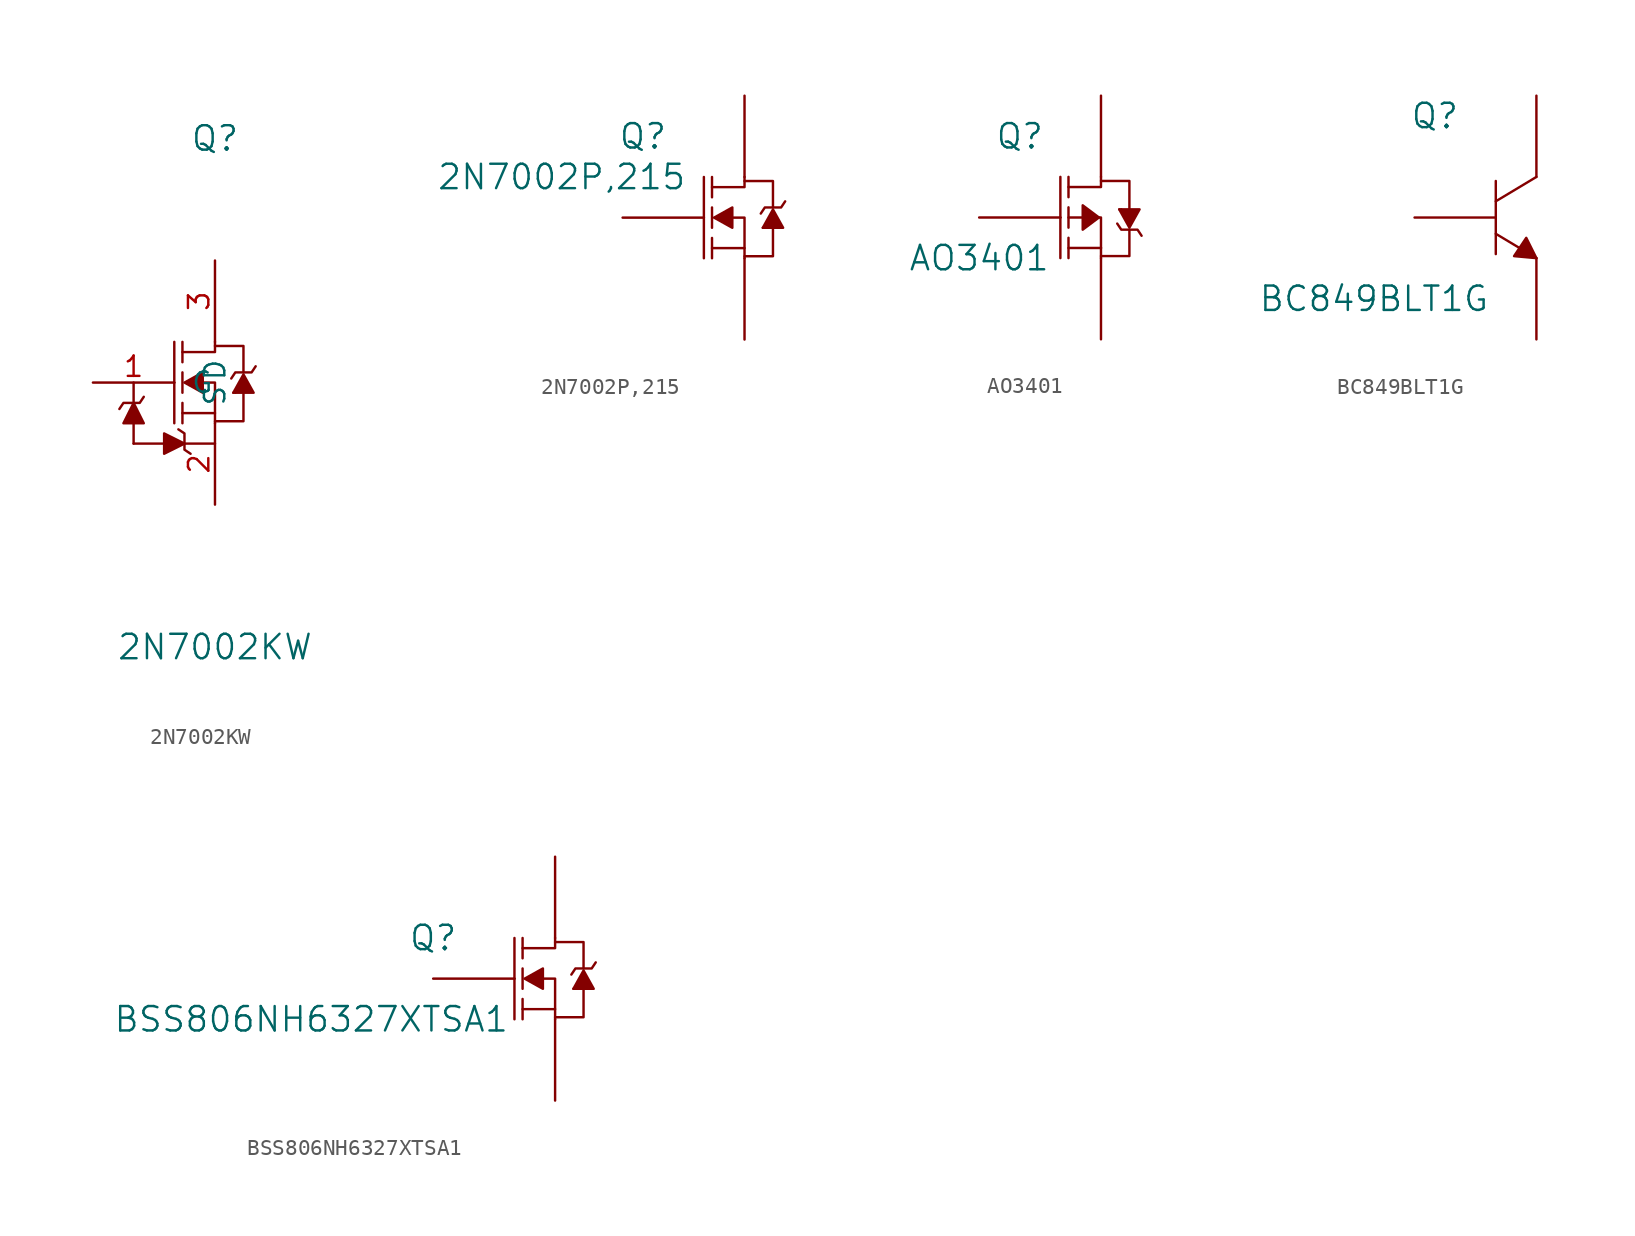
<source format=kicad_sym>
(kicad_symbol_lib
  (version 20211014)
  (generator kicad_symbol_editor)
  (symbol "2N7002KW"
    (pin_names
      (offset 1.016))
    (property "Reference" "Q"
      (at 0 10.16 0)
      (effects (font (size 1.524 1.524))))
    (property "Value" "2N7002KW"
      (at 0 -21.59 0)
      (effects (font (size 1.524 1.524))))
    (symbol "2N7002KW_0_1"
      (rectangle (start -5.08 -8.89) (end -3.175 -8.89) (stroke (width 0) (type default) (color 0 0 0 0)) (fill (type none)))
      (rectangle (start -5.08 -7.62) (end -5.08 -8.89) (stroke (width 0) (type default) (color 0 0 0 0)) (fill (type none)))
      (rectangle (start -5.08 -5.08) (end -5.08 -6.35) (stroke (width 0) (type default) (color 0 0 0 0)) (fill (type none)))
      (rectangle (start -1.905 -8.89) (end 0 -8.89) (stroke (width 0) (type default) (color 0 0 0 0)) (fill (type none)))
      (polyline (pts (xy -5.08 -6.35) (xy -5.715 -7.62) (xy -4.445 -7.62) (xy -5.08 -6.35)) (stroke (width 0) (type default) (color 0 0 0 0)) (fill (type outline))))
    (symbol "2N7002KW_1_1"
      (polyline (pts (xy -2.54 -5.08) (xy -2.54 -7.62)) (stroke (width 0) (type default) (color 0 0 0 0)) (fill (type none)))
      (polyline (pts (xy -2.54 -5.08) (xy -2.54 -2.54)) (stroke (width 0) (type default) (color 0 0 0 0)) (fill (type none)))
      (polyline (pts (xy -2.032 -6.35) (xy -2.032 -7.62)) (stroke (width 0) (type default) (color 0 0 0 0)) (fill (type none)))
      (polyline (pts (xy -2.032 -5.715) (xy -2.032 -4.445)) (stroke (width 0) (type default) (color 0 0 0 0)) (fill (type none)))
      (polyline (pts (xy -2.032 -3.81) (xy -2.032 -2.54)) (stroke (width 0) (type default) (color 0 0 0 0)) (fill (type none)))
      (polyline (pts (xy 0 -7.62) (xy 0 -6.985)) (stroke (width 0) (type default) (color 0 0 0 0)) (fill (type none)))
      (polyline (pts (xy 1.27 -5.715) (xy 1.143 -5.715)) (stroke (width 0) (type default) (color 0 0 0 0)) (fill (type none)))
      (polyline (pts (xy -2.032 -3.175) (xy 0 -3.175) (xy 0 -2.54)) (stroke (width 0) (type default) (color 0 0 0 0)) (fill (type none)))
      (polyline (pts (xy 1.778 -5.715) (xy 1.778 -7.493) (xy 0 -7.493)) (stroke (width 0) (type default) (color 0 0 0 0)) (fill (type none)))
      (polyline (pts (xy 1.778 -4.445) (xy 1.778 -2.794) (xy 0 -2.794)) (stroke (width 0) (type default) (color 0 0 0 0)) (fill (type none)))
      (polyline (pts (xy -5.969 -6.731) (xy -5.715 -6.35) (xy -4.699 -6.35) (xy -4.445 -5.969)) (stroke (width 0) (type default) (color 0 0 0 0)) (fill (type none)))
      (polyline (pts (xy -2.286 -8.001) (xy -1.905 -8.255) (xy -1.905 -9.271) (xy -1.524 -9.525)) (stroke (width 0) (type default) (color 0 0 0 0)) (fill (type none)))
      (polyline (pts (xy -2.032 -6.985) (xy 0 -6.985) (xy 0 -5.08) (xy -0.762 -5.08)) (stroke (width 0) (type default) (color 0 0 0 0)) (fill (type none)))
      (polyline (pts (xy -1.905 -8.89) (xy -3.175 -8.255) (xy -3.175 -9.525) (xy -1.905 -8.89)) (stroke (width 0) (type default) (color 0 0 0 0)) (fill (type outline)))
      (polyline (pts (xy -1.905 -5.08) (xy -0.762 -4.445) (xy -0.762 -5.715) (xy -1.905 -5.08)) (stroke (width 0) (type default) (color 0 0 0 0)) (fill (type outline)))
      (polyline (pts (xy 1.016 -4.826) (xy 1.27 -4.445) (xy 2.286 -4.445) (xy 2.54 -4.064)) (stroke (width 0) (type default) (color 0 0 0 0)) (fill (type none)))
      (polyline (pts (xy 1.143 -5.715) (xy 1.778 -4.572) (xy 2.413 -5.715) (xy 1.27 -5.715)) (stroke (width 0) (type default) (color 0 0 0 0)) (fill (type outline)))
      (pin input line (at -7.62 -5.08 0) (length 5.08) (name "G" (effects (font (size 1.27 1.27)))) (number "1" (effects (font (size 1.27 1.27)))))
      (pin input line (at 0 -12.7 90) (length 5.08) (name "S" (effects (font (size 1.27 1.27)))) (number "2" (effects (font (size 1.27 1.27)))))
      (pin input line (at 0 2.54 270) (length 5.08) (name "D" (effects (font (size 1.27 1.27)))) (number "3" (effects (font (size 1.27 1.27)))))))
  (symbol "2N7002P,215"
    (pin_numbers hide)
    (pin_names
      (offset 0) hide)
    (property "Reference" "Q"
      (at -3.81 5.08 0)
      (effects (font (size 1.524 1.524))))
    (property "Value" "2N7002P,215"
      (at -8.89 2.54 0)
      (effects (font (size 1.524 1.524))))
    (symbol "2N7002P,215_0_1"
      (polyline (pts (xy 0 0) (xy 0 -2.54)) (stroke (width 0) (type default) (color 0 0 0 0)) (fill (type none)))
      (polyline (pts (xy 0 0) (xy 0 2.54)) (stroke (width 0) (type default) (color 0 0 0 0)) (fill (type none)))
      (polyline (pts (xy 0.508 -1.27) (xy 0.508 -2.54)) (stroke (width 0) (type default) (color 0 0 0 0)) (fill (type none)))
      (polyline (pts (xy 0.508 -0.635) (xy 0.508 0.635)) (stroke (width 0) (type default) (color 0 0 0 0)) (fill (type none)))
      (polyline (pts (xy 0.508 1.27) (xy 0.508 2.54)) (stroke (width 0) (type default) (color 0 0 0 0)) (fill (type none)))
      (polyline (pts (xy 2.54 -2.54) (xy 2.54 -1.905)) (stroke (width 0) (type default) (color 0 0 0 0)) (fill (type none)))
      (polyline (pts (xy 3.81 -0.635) (xy 3.683 -0.635)) (stroke (width 0) (type default) (color 0 0 0 0)) (fill (type none)))
      (polyline (pts (xy 0.508 1.905) (xy 2.54 1.905) (xy 2.54 2.54)) (stroke (width 0) (type default) (color 0 0 0 0)) (fill (type none)))
      (polyline (pts (xy 4.318 -0.635) (xy 4.318 -2.413) (xy 2.54 -2.413)) (stroke (width 0) (type default) (color 0 0 0 0)) (fill (type none)))
      (polyline (pts (xy 4.318 0.635) (xy 4.318 2.286) (xy 2.54 2.286)) (stroke (width 0) (type default) (color 0 0 0 0)) (fill (type none)))
      (polyline (pts (xy 0.508 -1.905) (xy 2.54 -1.905) (xy 2.54 0) (xy 1.778 0)) (stroke (width 0) (type default) (color 0 0 0 0)) (fill (type none)))
      (polyline (pts (xy 0.635 0) (xy 1.778 0.635) (xy 1.778 -0.635) (xy 0.635 0)) (stroke (width 0) (type default) (color 0 0 0 0)) (fill (type outline)))
      (polyline (pts (xy 3.556 0.254) (xy 3.81 0.635) (xy 4.826 0.635) (xy 5.08 1.016)) (stroke (width 0) (type default) (color 0 0 0 0)) (fill (type none)))
      (polyline (pts (xy 3.683 -0.635) (xy 4.318 0.508) (xy 4.953 -0.635) (xy 3.81 -0.635)) (stroke (width 0) (type default) (color 0 0 0 0)) (fill (type outline))))
    (symbol "2N7002P,215_1_1"
      (pin input line (at -5.08 0 0) (length 5.08) (name "G" (effects (font (size 1.27 1.27)))) (number "1" (effects (font (size 1.27 1.27)))))
      (pin input line (at 2.54 -7.62 90) (length 5.08) (name "S" (effects (font (size 1.27 1.27)))) (number "2" (effects (font (size 1.27 1.27)))))
      (pin input line (at 2.54 7.62 270) (length 5.08) (name "D" (effects (font (size 1.27 1.27)))) (number "3" (effects (font (size 1.27 1.27)))))))
  (symbol "AO3401"
    (pin_numbers hide)
    (pin_names
      (offset 0) hide)
    (property "Reference" "Q"
      (at -2.54 5.08 0)
      (effects (font (size 1.524 1.524))))
    (property "Value" "AO3401"
      (at -5.08 -2.54 0)
      (effects (font (size 1.524 1.524))))
    (symbol "AO3401_0_1"
      (polyline (pts (xy 0 0) (xy 0 -2.54)) (stroke (width 0) (type default) (color 0 0 0 0)) (fill (type none)))
      (polyline (pts (xy 0 0) (xy 0 2.54)) (stroke (width 0) (type default) (color 0 0 0 0)) (fill (type none)))
      (polyline (pts (xy 0.508 -1.905) (xy 2.54 -1.905)) (stroke (width 0) (type default) (color 0 0 0 0)) (fill (type none)))
      (polyline (pts (xy 0.508 -1.27) (xy 0.508 -2.54)) (stroke (width 0) (type default) (color 0 0 0 0)) (fill (type none)))
      (polyline (pts (xy 0.508 -0.635) (xy 0.508 0.635)) (stroke (width 0) (type default) (color 0 0 0 0)) (fill (type none)))
      (polyline (pts (xy 0.508 0) (xy 1.397 0)) (stroke (width 0) (type default) (color 0 0 0 0)) (fill (type none)))
      (polyline (pts (xy 0.508 1.27) (xy 0.508 2.54)) (stroke (width 0) (type default) (color 0 0 0 0)) (fill (type none)))
      (polyline (pts (xy 2.54 -2.54) (xy 2.54 -1.905)) (stroke (width 0) (type default) (color 0 0 0 0)) (fill (type none)))
      (polyline (pts (xy 3.81 0.508) (xy 3.683 0.508)) (stroke (width 0) (type default) (color 0 0 0 0)) (fill (type none)))
      (polyline (pts (xy 0.508 1.905) (xy 2.54 1.905) (xy 2.54 2.54)) (stroke (width 0) (type default) (color 0 0 0 0)) (fill (type none)))
      (polyline (pts (xy 2.413 0) (xy 2.54 0) (xy 2.54 -1.905)) (stroke (width 0) (type default) (color 0 0 0 0)) (fill (type none)))
      (polyline (pts (xy 4.318 -0.762) (xy 4.318 -2.413) (xy 2.54 -2.413)) (stroke (width 0) (type default) (color 0 0 0 0)) (fill (type none)))
      (polyline (pts (xy 4.318 0.508) (xy 4.318 2.286) (xy 2.54 2.286)) (stroke (width 0) (type default) (color 0 0 0 0)) (fill (type none)))
      (polyline (pts (xy 2.413 0) (xy 1.397 0.762) (xy 1.397 -0.762) (xy 2.413 0)) (stroke (width 0) (type default) (color 0 0 0 0)) (fill (type outline)))
      (polyline (pts (xy 3.556 -0.381) (xy 3.81 -0.762) (xy 4.826 -0.762) (xy 5.08 -1.143)) (stroke (width 0) (type default) (color 0 0 0 0)) (fill (type none)))
      (polyline (pts (xy 3.683 0.508) (xy 4.318 -0.635) (xy 4.953 0.508) (xy 3.81 0.508)) (stroke (width 0) (type default) (color 0 0 0 0)) (fill (type outline))))
    (symbol "AO3401_1_1"
      (pin input line (at -5.08 0 0) (length 5.08) (name "G" (effects (font (size 1.27 1.27)))) (number "1" (effects (font (size 1.27 1.27)))))
      (pin input line (at 2.54 -7.62 90) (length 5.08) (name "S" (effects (font (size 1.27 1.27)))) (number "2" (effects (font (size 1.27 1.27)))))
      (pin input line (at 2.54 7.62 270) (length 5.08) (name "D" (effects (font (size 1.27 1.27)))) (number "3" (effects (font (size 1.27 1.27)))))))
  (symbol "BC849BLT1G"
    (pin_numbers hide)
    (pin_names
      (offset 0) hide)
    (property "Reference" "Q"
      (at -3.81 6.35 0)
      (effects (font (size 1.524 1.524))))
    (property "Value" "BC849BLT1G"
      (at -7.62 -5.08 0)
      (effects (font (size 1.524 1.524))))
    (symbol "BC849BLT1G_0_1"
      (polyline (pts (xy 0 2.286) (xy 0 -2.286)) (stroke (width 0) (type default) (color 0 0 0 0)) (fill (type none)))
      (polyline (pts (xy 2.54 -2.54) (xy 0 -1.016)) (stroke (width 0) (type default) (color 0 0 0 0)) (fill (type none)))
      (polyline (pts (xy 2.54 2.54) (xy 0 1.016)) (stroke (width 0) (type default) (color 0 0 0 0)) (fill (type none)))
      (polyline (pts (xy 2.54 -2.54) (xy 1.905 -1.27) (xy 1.143 -2.413) (xy 2.54 -2.54)) (stroke (width 0) (type default) (color 0 0 0 0)) (fill (type outline))))
    (symbol "BC849BLT1G_1_1"
      (pin input line (at -5.08 0 0) (length 5.08) (name "B" (effects (font (size 1.27 1.27)))) (number "1" (effects (font (size 1.27 1.27)))))
      (pin input line (at 2.54 -7.62 90) (length 5.08) (name "E" (effects (font (size 1.27 1.27)))) (number "2" (effects (font (size 1.27 1.27)))))
      (pin input line (at 2.54 7.62 270) (length 5.08) (name "C" (effects (font (size 1.27 1.27)))) (number "3" (effects (font (size 1.27 1.27)))))))
  (symbol "BSS806NH6327XTSA1"
    (pin_numbers hide)
    (pin_names
      (offset 0) hide)
    (property "Reference" "Q"
      (at -5.08 2.54 0)
      (effects (font (size 1.524 1.524))))
    (property "Value" "BSS806NH6327XTSA1"
      (at -12.7 -2.54 0)
      (effects (font (size 1.524 1.524))))
    (symbol "BSS806NH6327XTSA1_0_1"
      (polyline (pts (xy 0 0) (xy 0 -2.54)) (stroke (width 0) (type default) (color 0 0 0 0)) (fill (type none)))
      (polyline (pts (xy 0 0) (xy 0 2.54)) (stroke (width 0) (type default) (color 0 0 0 0)) (fill (type none)))
      (polyline (pts (xy 0.508 -1.27) (xy 0.508 -2.54)) (stroke (width 0) (type default) (color 0 0 0 0)) (fill (type none)))
      (polyline (pts (xy 0.508 -0.635) (xy 0.508 0.635)) (stroke (width 0) (type default) (color 0 0 0 0)) (fill (type none)))
      (polyline (pts (xy 0.508 1.27) (xy 0.508 2.54)) (stroke (width 0) (type default) (color 0 0 0 0)) (fill (type none)))
      (polyline (pts (xy 2.54 -2.54) (xy 2.54 -1.905)) (stroke (width 0) (type default) (color 0 0 0 0)) (fill (type none)))
      (polyline (pts (xy 3.81 -0.635) (xy 3.683 -0.635)) (stroke (width 0) (type default) (color 0 0 0 0)) (fill (type none)))
      (polyline (pts (xy 0.508 1.905) (xy 2.54 1.905) (xy 2.54 2.54)) (stroke (width 0) (type default) (color 0 0 0 0)) (fill (type none)))
      (polyline (pts (xy 4.318 -0.635) (xy 4.318 -2.413) (xy 2.54 -2.413)) (stroke (width 0) (type default) (color 0 0 0 0)) (fill (type none)))
      (polyline (pts (xy 4.318 0.635) (xy 4.318 2.286) (xy 2.54 2.286)) (stroke (width 0) (type default) (color 0 0 0 0)) (fill (type none)))
      (polyline (pts (xy 0.508 -1.905) (xy 2.54 -1.905) (xy 2.54 0) (xy 1.778 0)) (stroke (width 0) (type default) (color 0 0 0 0)) (fill (type none)))
      (polyline (pts (xy 0.635 0) (xy 1.778 0.635) (xy 1.778 -0.635) (xy 0.635 0)) (stroke (width 0) (type default) (color 0 0 0 0)) (fill (type outline)))
      (polyline (pts (xy 3.556 0.254) (xy 3.81 0.635) (xy 4.826 0.635) (xy 5.08 1.016)) (stroke (width 0) (type default) (color 0 0 0 0)) (fill (type none)))
      (polyline (pts (xy 3.683 -0.635) (xy 4.318 0.508) (xy 4.953 -0.635) (xy 3.81 -0.635)) (stroke (width 0) (type default) (color 0 0 0 0)) (fill (type outline))))
    (symbol "BSS806NH6327XTSA1_1_1"
      (pin input line (at -5.08 0 0) (length 5.08) (name "G" (effects (font (size 1.27 1.27)))) (number "1" (effects (font (size 1.27 1.27)))))
      (pin input line (at 2.54 -7.62 90) (length 5.08) (name "S" (effects (font (size 1.27 1.27)))) (number "2" (effects (font (size 1.27 1.27)))))
      (pin input line (at 2.54 7.62 270) (length 5.08) (name "D" (effects (font (size 1.27 1.27)))) (number "3" (effects (font (size 1.27 1.27))))))))
</source>
